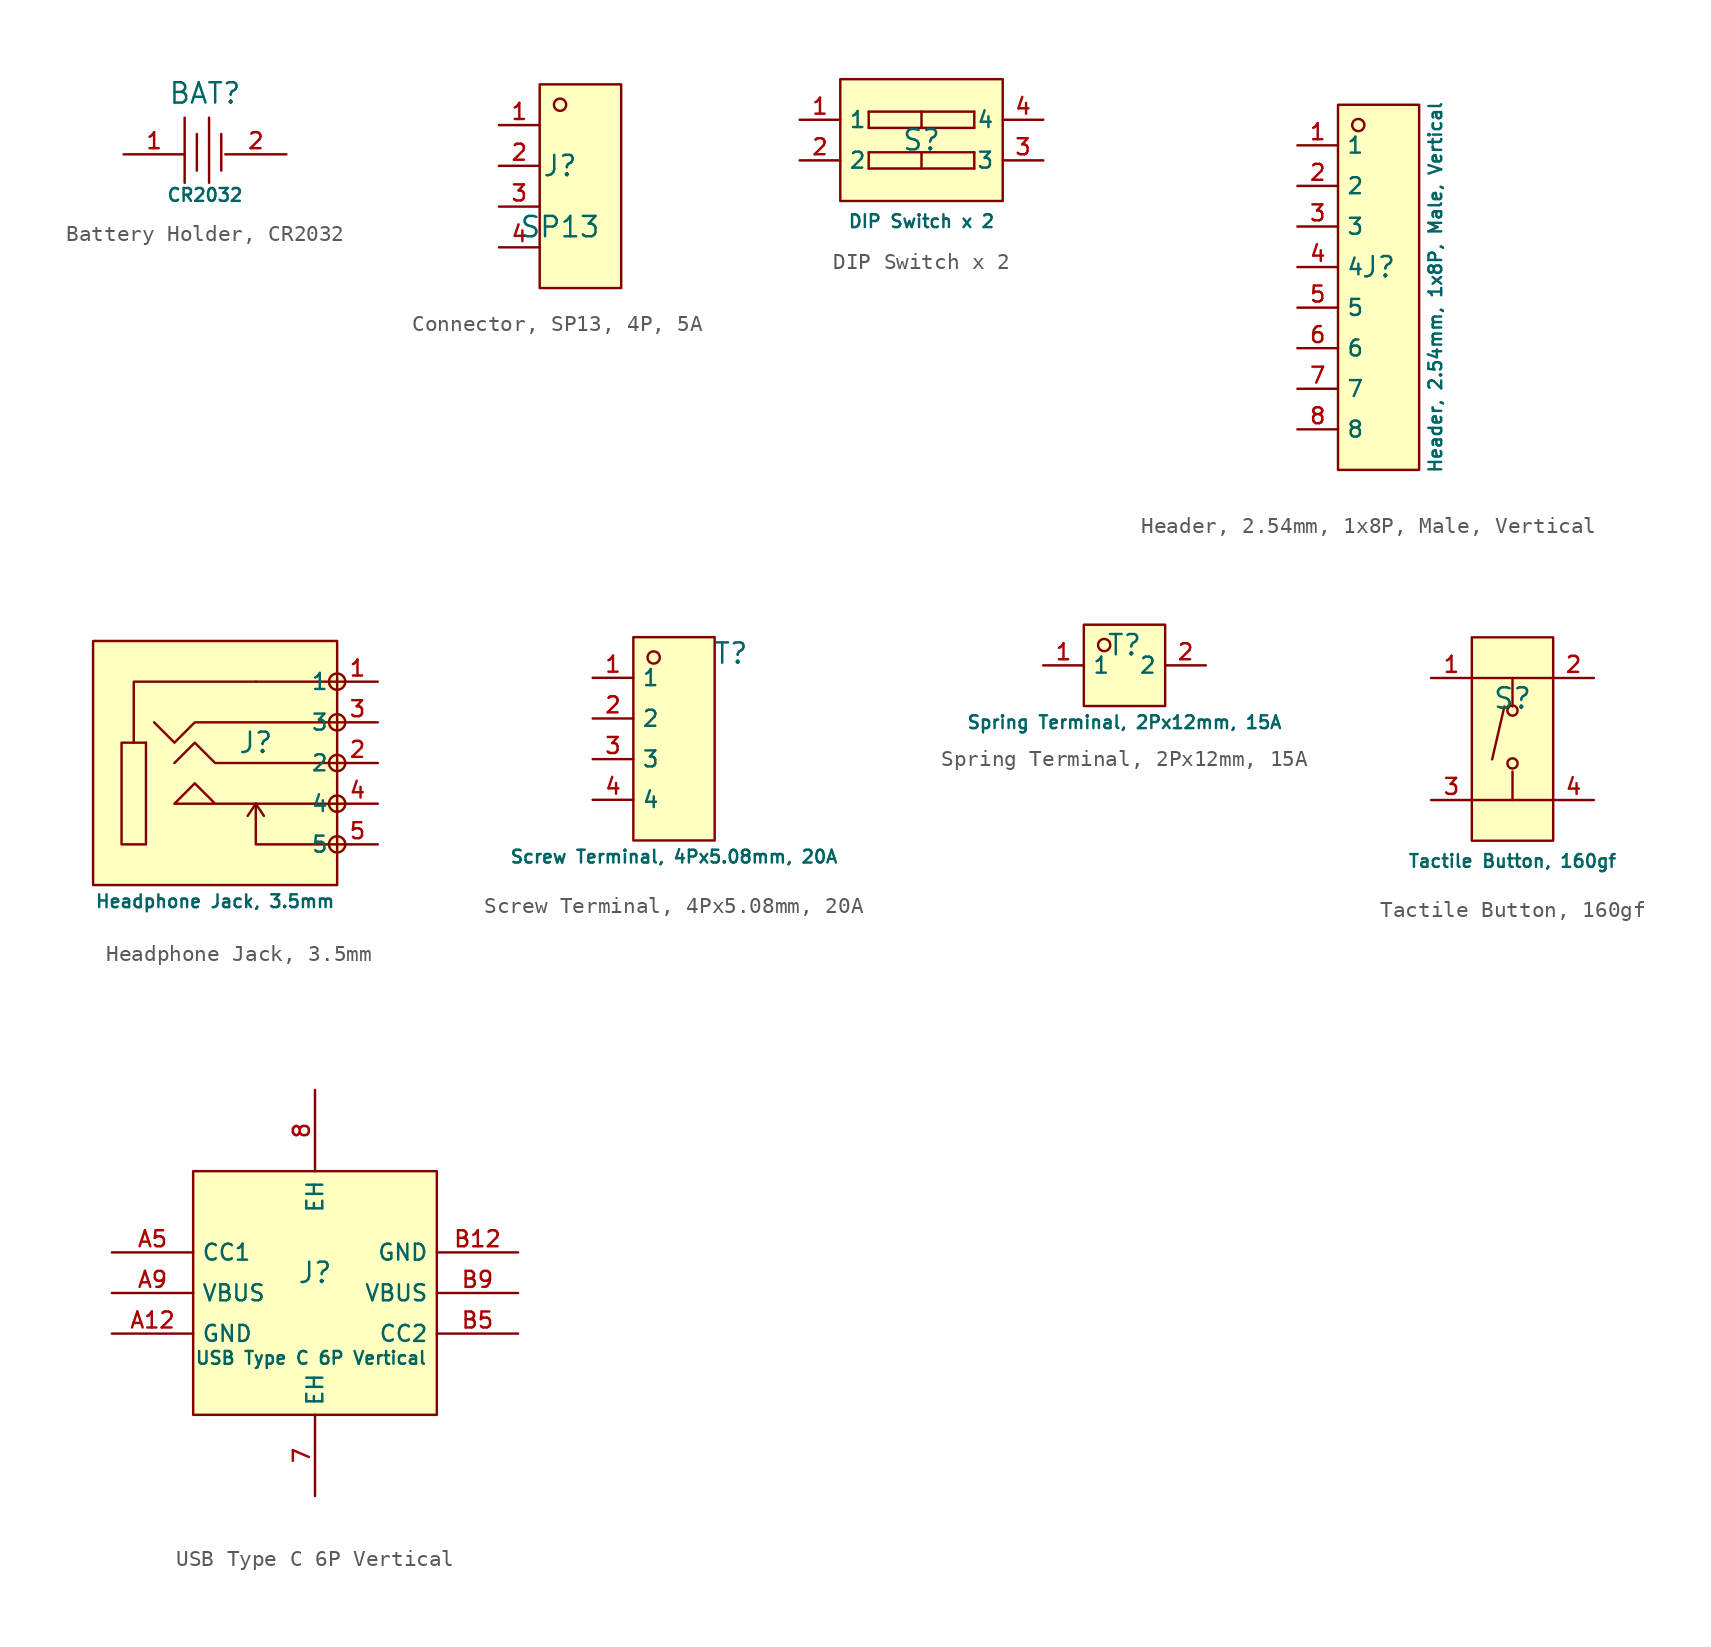
<source format=kicad_sym>
(kicad_symbol_lib
  (version 20231120)
  (generator "kicad_symbol_editor")
  (generator_version "8.0")
  (symbol "Battery Holder, CR2032"
    (pin_names hide)
    (property "Reference" "BAT"
      (at 0 3.81 0)
      (effects (font (size 1.27 1.27))))
    (property "Value" "CR2032"
      (at 0 -2.54 0)
      (effects (font (size 0.8 0.8))))
    (symbol "Battery Holder, CR2032_0_1"
      (polyline (pts (xy -1.27 2.286) (xy -1.27 -1.778)) (stroke (width 0) (type default)) (fill (type none)))
      (polyline (pts (xy -0.508 1.27) (xy -0.508 -1.016)) (stroke (width 0) (type default)) (fill (type none)))
      (polyline (pts (xy 0.254 2.286) (xy 0.254 -1.778)) (stroke (width 0) (type default)) (fill (type none)))
      (polyline (pts (xy 1.016 1.27) (xy 1.016 -1.016)) (stroke (width 0) (type default)) (fill (type none)))
      (pin input line (at -5.08 0 0) (length 3.81) (name "1" (effects (font (size 1 1)))) (number "1" (effects (font (size 1 1))))))
    (symbol "Battery Holder, CR2032_1_1"
      (pin input line (at 5.08 0 180) (length 3.81) (name "2" (effects (font (size 1 1)))) (number "2" (effects (font (size 1 1)))))))
  (symbol "Connector, SP13, 4P, 5A"
    (pin_names hide)
    (property "Reference" "J"
      (at 0 1.27 0)
      (effects (font (size 1.27 1.27))))
    (property "Value" "SP13"
      (at 0 -2.54 0)
      (effects (font (size 1.27 1.27))))
    (symbol "Connector, SP13, 4P, 5A_0_1"
      (rectangle (start -1.27 6.35) (end 3.81 -6.35) (stroke (width 0) (type default)) (fill (type background)))
      (circle (center 0 5.08) (radius 0.381) (stroke (width 0) (type default)) (fill (type background)))
      (pin unspecified line (at -3.81 3.81 0) (length 2.54) (name "1" (effects (font (size 1 1)))) (number "1" (effects (font (size 1 1)))))
      (pin unspecified line (at -3.81 1.27 0) (length 2.54) (name "2" (effects (font (size 1 1)))) (number "2" (effects (font (size 1 1)))))
      (pin unspecified line (at -3.81 -1.27 0) (length 2.54) (name "3" (effects (font (size 1 1)))) (number "3" (effects (font (size 1 1)))))
      (pin unspecified line (at -3.81 -3.81 0) (length 2.54) (name "4" (effects (font (size 1 1)))) (number "4" (effects (font (size 1 1)))))))
  (symbol "DIP Switch x 2"
    (property "Reference" "S"
      (at 0 1.27 0)
      (effects (font (size 1.27 1.27))))
    (property "Value" "DIP Switch x 2"
      (at 0 -3.81 0)
      (effects (font (size 0.8 0.8))))
    (symbol "DIP Switch x 2_0_1"
      (rectangle (start -5.08 5.08) (end 5.08 -2.54) (stroke (width 0) (type default)) (fill (type background)))
      (polyline (pts (xy -3.302 -0.508) (xy -3.302 0.508)) (stroke (width 0) (type default)) (fill (type none)))
      (polyline (pts (xy -3.302 0.508) (xy 3.302 0.508)) (stroke (width 0) (type default)) (fill (type none)))
      (polyline (pts (xy -3.302 2.032) (xy -3.302 3.048)) (stroke (width 0) (type default)) (fill (type none)))
      (polyline (pts (xy -3.302 3.048) (xy 3.302 3.048)) (stroke (width 0) (type default)) (fill (type none)))
      (polyline (pts (xy 0 0.508) (xy 0 -0.508)) (stroke (width 0) (type default)) (fill (type none)))
      (polyline (pts (xy 0 3.048) (xy 0 2.032)) (stroke (width 0) (type default)) (fill (type none)))
      (polyline (pts (xy 3.302 -0.508) (xy -3.302 -0.508)) (stroke (width 0) (type default)) (fill (type none)))
      (polyline (pts (xy 3.302 0.508) (xy 3.302 -0.508)) (stroke (width 0) (type default)) (fill (type none)))
      (polyline (pts (xy 3.302 2.032) (xy -3.302 2.032)) (stroke (width 0) (type default)) (fill (type none)))
      (polyline (pts (xy 3.302 3.048) (xy 3.302 2.032)) (stroke (width 0) (type default)) (fill (type none)))
      (pin input line (at -7.62 2.54 0) (length 2.54) (name "1" (effects (font (size 1 1)))) (number "1" (effects (font (size 1 1)))))
      (pin input line (at -7.62 0 0) (length 2.54) (name "2" (effects (font (size 1 1)))) (number "2" (effects (font (size 1 1)))))
      (pin input line (at 7.62 0 180) (length 2.54) (name "3" (effects (font (size 1 1)))) (number "3" (effects (font (size 1 1)))))
      (pin input line (at 7.62 2.54 180) (length 2.54) (name "4" (effects (font (size 1 1)))) (number "4" (effects (font (size 1 1)))))))
  (symbol "Header, 2.54mm, 1x8P, Male, Vertical"
    (property "Reference" "J"
      (at 0 2.54 0)
      (effects (font (size 1.27 1.27))))
    (property "Value" "Header, 2.54mm, 1x8P, Male, Vertical"
      (at 3.556 1.27 90)
      (effects (font (size 0.8 0.8))))
    (symbol "Header, 2.54mm, 1x8P, Male, Vertical_0_1"
      (rectangle (start -2.54 12.7) (end 2.54 -10.16) (stroke (width 0) (type default)) (fill (type background)))
      (circle (center -1.27 11.43) (radius 0.381) (stroke (width 0) (type default)) (fill (type background)))
      (pin unspecified line (at -5.08 10.16 0) (length 2.54) (name "1" (effects (font (size 1 1)))) (number "1" (effects (font (size 1 1)))))
      (pin unspecified line (at -5.08 7.62 0) (length 2.54) (name "2" (effects (font (size 1 1)))) (number "2" (effects (font (size 1 1)))))
      (pin unspecified line (at -5.08 5.08 0) (length 2.54) (name "3" (effects (font (size 1 1)))) (number "3" (effects (font (size 1 1)))))
      (pin unspecified line (at -5.08 2.54 0) (length 2.54) (name "4" (effects (font (size 1 1)))) (number "4" (effects (font (size 1 1)))))
      (pin unspecified line (at -5.08 0 0) (length 2.54) (name "5" (effects (font (size 1 1)))) (number "5" (effects (font (size 1 1)))))
      (pin unspecified line (at -5.08 -2.54 0) (length 2.54) (name "6" (effects (font (size 1 1)))) (number "6" (effects (font (size 1 1)))))
      (pin unspecified line (at -5.08 -5.08 0) (length 2.54) (name "7" (effects (font (size 1 1)))) (number "7" (effects (font (size 1 1)))))
      (pin unspecified line (at -5.08 -7.62 0) (length 2.54) (name "8" (effects (font (size 1 1)))) (number "8" (effects (font (size 1 1)))))))
  (symbol "Headphone Jack, 3.5mm"
    (property "Reference" "J"
      (at 0 1.27 0)
      (effects (font (size 1.27 1.27))))
    (property "Value" "Headphone Jack, 3.5mm"
      (at -2.54 -8.636 0)
      (effects (font (size 0.8 0.8))))
    (symbol "Headphone Jack, 3.5mm_0_1"
      (polyline (pts (xy -7.62 1.27) (xy -6.858 1.27)) (stroke (width 0) (type default)) (fill (type none)))
      (polyline (pts (xy 0 -2.54) (xy -0.508 -3.302)) (stroke (width 0) (type default)) (fill (type none)))
      (polyline (pts (xy 0 -2.54) (xy 0.508 -3.302)) (stroke (width 0) (type default)) (fill (type none)))
      (polyline (pts (xy 5.08 5.08) (xy 0 5.08)) (stroke (width 0) (type default)) (fill (type none)))
      (polyline (pts (xy 5.08 -5.08) (xy 0 -5.08) (xy 0 -2.54)) (stroke (width 0) (type default)) (fill (type none)))
      (polyline (pts (xy 5.08 0) (xy -2.54 0) (xy -3.81 1.27) (xy -5.08 0)) (stroke (width 0) (type default)) (fill (type none)))
      (polyline (pts (xy 5.08 2.54) (xy -3.81 2.54) (xy -5.08 1.27) (xy -6.35 2.54)) (stroke (width 0) (type default)) (fill (type none)))
      (polyline (pts (xy 5.08 -2.54) (xy -2.54 -2.54) (xy -3.81 -1.27) (xy -5.08 -2.54) (xy -2.54 -2.54)) (stroke (width 0) (type default)) (fill (type none)))
      (polyline (pts (xy 0 5.08) (xy -7.62 5.08) (xy -7.62 1.27) (xy -8.382 1.27) (xy -8.382 -5.08) (xy -6.858 -5.08) (xy -6.858 1.27)) (stroke (width 0) (type default)) (fill (type none)))
      (circle (center 5.08 -5.08) (radius 0.508) (stroke (width 0) (type default)) (fill (type background)))
      (circle (center 5.08 -2.54) (radius 0.508) (stroke (width 0) (type default)) (fill (type background)))
      (circle (center 5.08 0) (radius 0.508) (stroke (width 0) (type default)) (fill (type background)))
      (circle (center 5.08 2.54) (radius 0.508) (stroke (width 0) (type default)) (fill (type background)))
      (circle (center 5.08 5.08) (radius 0.508) (stroke (width 0) (type default)) (fill (type background)))
      (pin input line (at 7.62 5.08 180) (length 2.54) (name "1" (effects (font (size 1 1)))) (number "1" (effects (font (size 1 1)))))
      (pin input line (at 7.62 0 180) (length 2.54) (name "2" (effects (font (size 1 1)))) (number "2" (effects (font (size 1 1)))))
      (pin input line (at 7.62 2.54 180) (length 2.54) (name "3" (effects (font (size 1 1)))) (number "3" (effects (font (size 1 1)))))
      (pin input line (at 7.62 -2.54 180) (length 2.54) (name "4" (effects (font (size 1 1)))) (number "4" (effects (font (size 1 1)))))
      (pin input line (at 7.62 -5.08 180) (length 2.54) (name "5" (effects (font (size 1 1)))) (number "5" (effects (font (size 1 1))))))
    (symbol "Headphone Jack, 3.5mm_1_1"
      (rectangle (start -10.16 7.62) (end 5.08 -7.62) (stroke (width 0) (type default)) (fill (type background)))))
  (symbol "Screw Terminal, 4Px5.08mm, 20A"
    (property "Reference" "T"
      (at 3.556 6.604 0)
      (effects (font (size 1.27 1.27))))
    (property "Value" "Screw Terminal, 4Px5.08mm, 20A"
      (at 0 -6.096 0)
      (effects (font (size 0.8 0.8))))
    (symbol "Screw Terminal, 4Px5.08mm, 20A_0_1"
      (rectangle (start -2.54 7.62) (end 2.54 -5.08) (stroke (width 0) (type default)) (fill (type background)))
      (circle (center -1.27 6.35) (radius 0.381) (stroke (width 0) (type default)) (fill (type background)))
      (pin unspecified line (at -5.08 5.08 0) (length 2.54) (name "1" (effects (font (size 1 1)))) (number "1" (effects (font (size 1 1)))))
      (pin unspecified line (at -5.08 2.54 0) (length 2.54) (name "2" (effects (font (size 1 1)))) (number "2" (effects (font (size 1 1)))))
      (pin unspecified line (at -5.08 0 0) (length 2.54) (name "3" (effects (font (size 1 1)))) (number "3" (effects (font (size 1 1)))))
      (pin unspecified line (at -5.08 -2.54 0) (length 2.54) (name "4" (effects (font (size 1 1)))) (number "4" (effects (font (size 1 1)))))))
  (symbol "Spring Terminal, 2Px12mm, 15A"
    (property "Reference" "T"
      (at 0 1.27 0)
      (effects (font (size 1.27 1.27))))
    (property "Value" "Spring Terminal, 2Px12mm, 15A"
      (at 0 -3.556 0)
      (effects (font (size 0.8 0.8))))
    (symbol "Spring Terminal, 2Px12mm, 15A_0_1"
      (rectangle (start -2.54 2.54) (end 2.54 -2.54) (stroke (width 0) (type default)) (fill (type background)))
      (circle (center -1.27 1.27) (radius 0.381) (stroke (width 0) (type default)) (fill (type background)))
      (pin unspecified line (at -5.08 0 0) (length 2.54) (name "1" (effects (font (size 1 1)))) (number "1" (effects (font (size 1 1)))))
      (pin unspecified line (at 5.08 0 180) (length 2.54) (name "2" (effects (font (size 1 1)))) (number "2" (effects (font (size 1 1)))))))
  (symbol "Tactile Button, 160gf"
    (pin_names hide)
    (property "Reference" "S"
      (at 0 1.27 0)
      (effects (font (size 1.27 1.27))))
    (property "Value" "Tactile Button, 160gf"
      (at 0 -8.89 0)
      (effects (font (size 0.8 0.8))))
    (symbol "Tactile Button, 160gf_0_1"
      (circle (center 0 -2.794) (radius 0.318) (stroke (width 0) (type default)) (fill (type background)))
      (polyline (pts (xy -2.54 -5.08) (xy 2.54 -5.08)) (stroke (width 0) (type default)) (fill (type none)))
      (polyline (pts (xy -2.54 2.54) (xy 2.54 2.54)) (stroke (width 0) (type default)) (fill (type none)))
      (polyline (pts (xy -0.508 0.762) (xy -1.27 -2.54)) (stroke (width 0) (type default)) (fill (type none)))
      (polyline (pts (xy 0 -3.302) (xy 0 -5.08)) (stroke (width 0) (type default)) (fill (type none)))
      (polyline (pts (xy 0 0.762) (xy 0 2.54)) (stroke (width 0) (type default)) (fill (type none)))
      (circle (center 0 0.508) (radius 0.318) (stroke (width 0) (type default)) (fill (type background)))
      (pin unspecified line (at -5.08 2.54 0) (length 2.54) (name "A" (effects (font (size 1 1)))) (number "1" (effects (font (size 1 1)))))
      (pin unspecified line (at 5.08 2.54 180) (length 2.54) (name "B" (effects (font (size 1 1)))) (number "2" (effects (font (size 1 1)))))
      (pin unspecified line (at -5.08 -5.08 0) (length 2.54) (name "C" (effects (font (size 1 1)))) (number "3" (effects (font (size 1 1)))))
      (pin unspecified line (at 5.08 -5.08 180) (length 2.54) (name "D" (effects (font (size 1 1)))) (number "4" (effects (font (size 1 1))))))
    (symbol "Tactile Button, 160gf_1_1"
      (rectangle (start -2.54 5.08) (end 2.54 -7.62) (stroke (width 0) (type default)) (fill (type background)))))
  (symbol "USB Type C 6P Vertical"
    (property "Reference" "J"
      (at 0 1.27 0)
      (effects (font (size 1.27 1.27))))
    (property "Value" "USB Type C 6P Vertical"
      (at -0.254 -4.064 0)
      (effects (font (size 0.8 0.8))))
    (symbol "USB Type C 6P Vertical_0_1"
      (rectangle (start -7.62 7.62) (end 7.62 -7.62) (stroke (width 0) (type default)) (fill (type background)))
      (pin unspecified line (at 0 -12.7 90) (length 5.08) (name "EH" (effects (font (size 1 1)))) (number "7" (effects (font (size 1 1)))))
      (pin unspecified line (at 0 12.7 270) (length 5.08) (name "EH" (effects (font (size 1 1)))) (number "8" (effects (font (size 1 1)))))
      (pin unspecified line (at -12.7 -2.54 0) (length 5.08) (name "GND" (effects (font (size 1 1)))) (number "A12" (effects (font (size 1 1)))))
      (pin unspecified line (at -12.7 2.54 0) (length 5.08) (name "CC1" (effects (font (size 1 1)))) (number "A5" (effects (font (size 1 1)))))
      (pin unspecified line (at -12.7 0 0) (length 5.08) (name "VBUS" (effects (font (size 1 1)))) (number "A9" (effects (font (size 1 1)))))
      (pin unspecified line (at 12.7 2.54 180) (length 5.08) (name "GND" (effects (font (size 1 1)))) (number "B12" (effects (font (size 1 1)))))
      (pin unspecified line (at 12.7 -2.54 180) (length 5.08) (name "CC2" (effects (font (size 1 1)))) (number "B5" (effects (font (size 1 1)))))
      (pin unspecified line (at 12.7 0 180) (length 5.08) (name "VBUS" (effects (font (size 1 1)))) (number "B9" (effects (font (size 1 1))))))))
</source>
